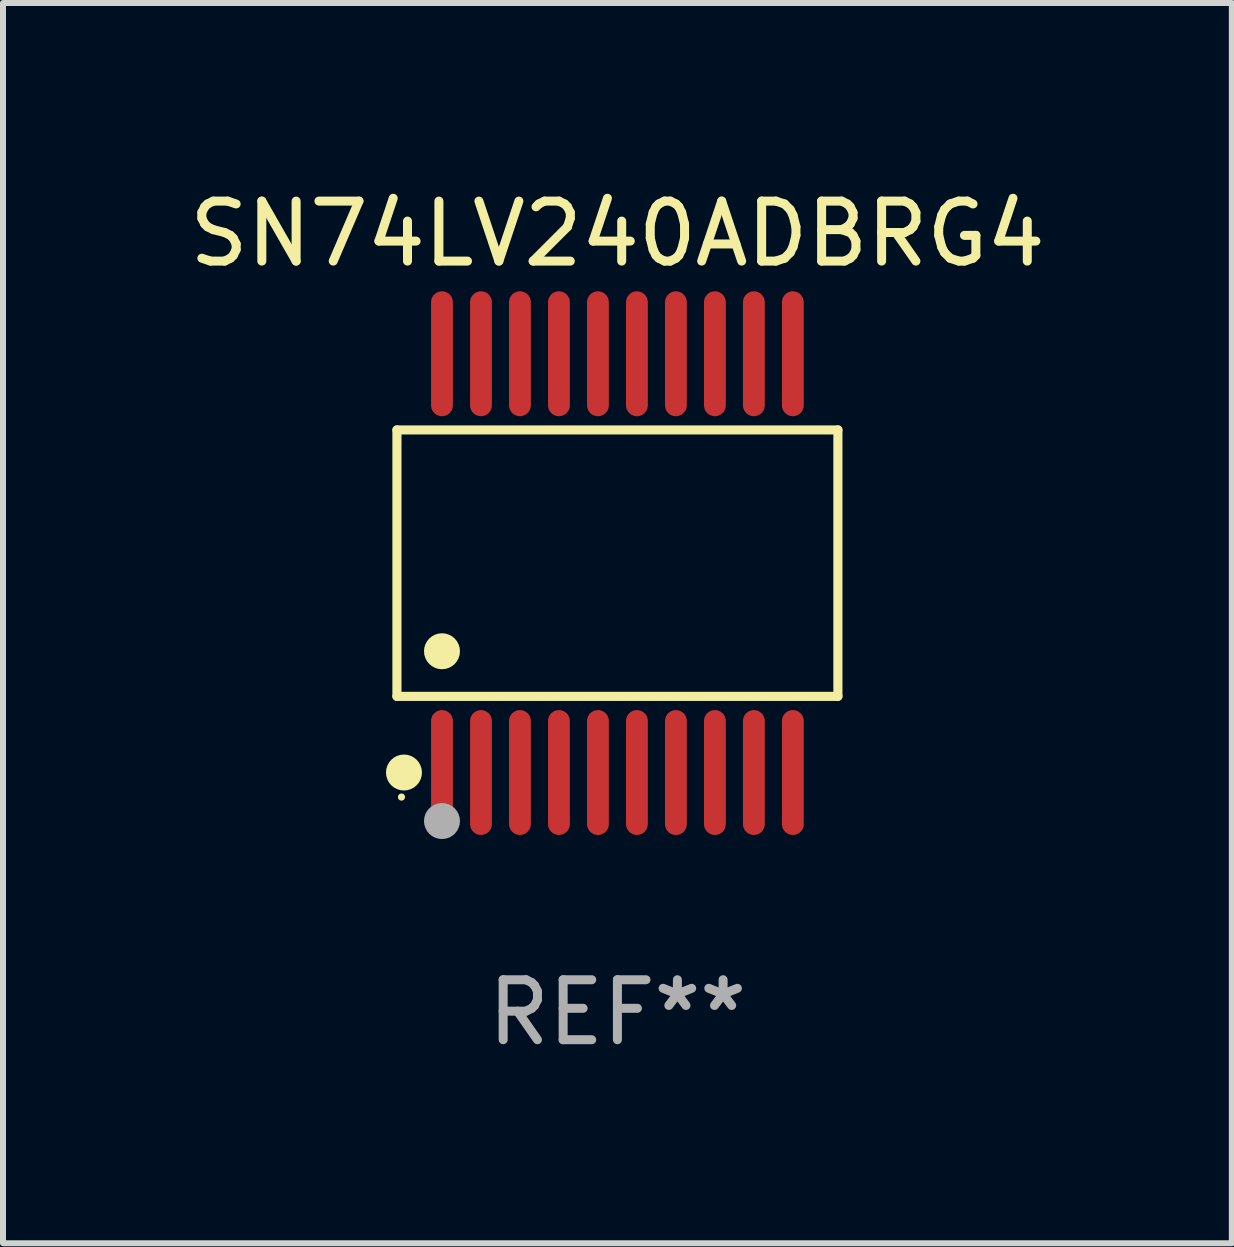
<source format=kicad_pcb>
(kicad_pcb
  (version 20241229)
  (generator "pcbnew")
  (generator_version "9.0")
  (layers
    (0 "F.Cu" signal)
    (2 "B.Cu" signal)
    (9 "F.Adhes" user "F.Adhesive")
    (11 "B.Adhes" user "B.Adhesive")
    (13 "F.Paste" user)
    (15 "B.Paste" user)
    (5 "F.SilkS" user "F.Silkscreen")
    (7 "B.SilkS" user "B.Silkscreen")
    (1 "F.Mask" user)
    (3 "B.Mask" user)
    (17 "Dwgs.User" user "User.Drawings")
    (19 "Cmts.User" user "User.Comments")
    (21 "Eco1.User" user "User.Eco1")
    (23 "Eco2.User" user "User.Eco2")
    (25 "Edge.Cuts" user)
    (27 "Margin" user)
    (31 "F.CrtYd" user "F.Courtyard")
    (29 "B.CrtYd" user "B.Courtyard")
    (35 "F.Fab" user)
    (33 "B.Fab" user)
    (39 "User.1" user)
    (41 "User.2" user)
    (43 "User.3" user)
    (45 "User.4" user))
  (footprint "SN74LV240ADBRG4"
    (layer "F.Cu")
    (at 7.244 6.339)
    (property "Reference" "SN74LV240ADBRG4" (at 0 -5.491 0) (layer "F.SilkS") (effects (font (size 1 1) (thickness 0.15))))
    (attr through_hole)
    (fp_line (start -3.676 -2.221) (end 3.676 -2.221) (stroke (width 0.152) (type solid)) (layer "F.SilkS"))
    (fp_line (start -3.676 2.221) (end -3.676 -2.221) (stroke (width 0.152) (type solid)) (layer "F.SilkS"))
    (fp_line (start 3.676 -2.221) (end 3.676 2.221) (stroke (width 0.152) (type solid)) (layer "F.SilkS"))
    (fp_line (start 3.676 2.221) (end -3.676 2.221) (stroke (width 0.152) (type solid)) (layer "F.SilkS"))
    (fp_circle (center -3.6 3.9) (end -3.57 3.9) (stroke (width 0.06) (type solid)) (fill no) (layer "F.SilkS"))
    (fp_circle (center -3.559 3.491) (end -3.409 3.491) (stroke (width 0.3) (type solid)) (fill no) (layer "F.SilkS"))
    (fp_circle (center -2.925 1.469) (end -2.775 1.469) (stroke (width 0.3) (type solid)) (fill no) (layer "F.SilkS"))
    (fp_circle (center -2.925 4.3) (end -2.775 4.3) (stroke (width 0.3) (type solid)) (fill no) (layer "F.Fab"))
    (fp_text user "REF**" (at 0 7.491 0) (layer "F.Fab") (effects (font (size 1 1) (thickness 0.15))))
    (pad "1" smd oval (at -2.925 3.491) (size 0.364 2.082) (layers "F.Cu" "F.Mask" "F.Paste"))
    (pad "2" smd oval (at -2.275 3.491) (size 0.364 2.082) (layers "F.Cu" "F.Mask" "F.Paste"))
    (pad "3" smd oval (at -1.625 3.491) (size 0.364 2.082) (layers "F.Cu" "F.Mask" "F.Paste"))
    (pad "4" smd oval (at -0.975 3.491) (size 0.364 2.082) (layers "F.Cu" "F.Mask" "F.Paste"))
    (pad "5" smd oval (at -0.325 3.491) (size 0.364 2.082) (layers "F.Cu" "F.Mask" "F.Paste"))
    (pad "6" smd oval (at 0.325 3.491) (size 0.364 2.082) (layers "F.Cu" "F.Mask" "F.Paste"))
    (pad "7" smd oval (at 0.975 3.491) (size 0.364 2.082) (layers "F.Cu" "F.Mask" "F.Paste"))
    (pad "8" smd oval (at 1.625 3.491) (size 0.364 2.082) (layers "F.Cu" "F.Mask" "F.Paste"))
    (pad "9" smd oval (at 2.275 3.491) (size 0.364 2.082) (layers "F.Cu" "F.Mask" "F.Paste"))
    (pad "10" smd oval (at 2.925 3.491) (size 0.364 2.082) (layers "F.Cu" "F.Mask" "F.Paste"))
    (pad "11" smd oval (at 2.925 -3.491) (size 0.364 2.082) (layers "F.Cu" "F.Mask" "F.Paste"))
    (pad "12" smd oval (at 2.275 -3.491) (size 0.364 2.082) (layers "F.Cu" "F.Mask" "F.Paste"))
    (pad "13" smd oval (at 1.625 -3.491) (size 0.364 2.082) (layers "F.Cu" "F.Mask" "F.Paste"))
    (pad "14" smd oval (at 0.975 -3.491) (size 0.364 2.082) (layers "F.Cu" "F.Mask" "F.Paste"))
    (pad "15" smd oval (at 0.325 -3.491) (size 0.364 2.082) (layers "F.Cu" "F.Mask" "F.Paste"))
    (pad "16" smd oval (at -0.325 -3.491) (size 0.364 2.082) (layers "F.Cu" "F.Mask" "F.Paste"))
    (pad "17" smd oval (at -0.975 -3.491) (size 0.364 2.082) (layers "F.Cu" "F.Mask" "F.Paste"))
    (pad "18" smd oval (at -1.625 -3.491) (size 0.364 2.082) (layers "F.Cu" "F.Mask" "F.Paste"))
    (pad "19" smd oval (at -2.275 -3.491) (size 0.364 2.082) (layers "F.Cu" "F.Mask" "F.Paste"))
    (pad "20" smd oval (at -2.925 -3.491) (size 0.364 2.082) (layers "F.Cu" "F.Mask" "F.Paste")))
  (gr_rect
    (start -3 -3)
    (end 17.488 17.678)
    (stroke (width 0.1) (type default))
    (fill no)
    (layer "Edge.Cuts")))
</source>
